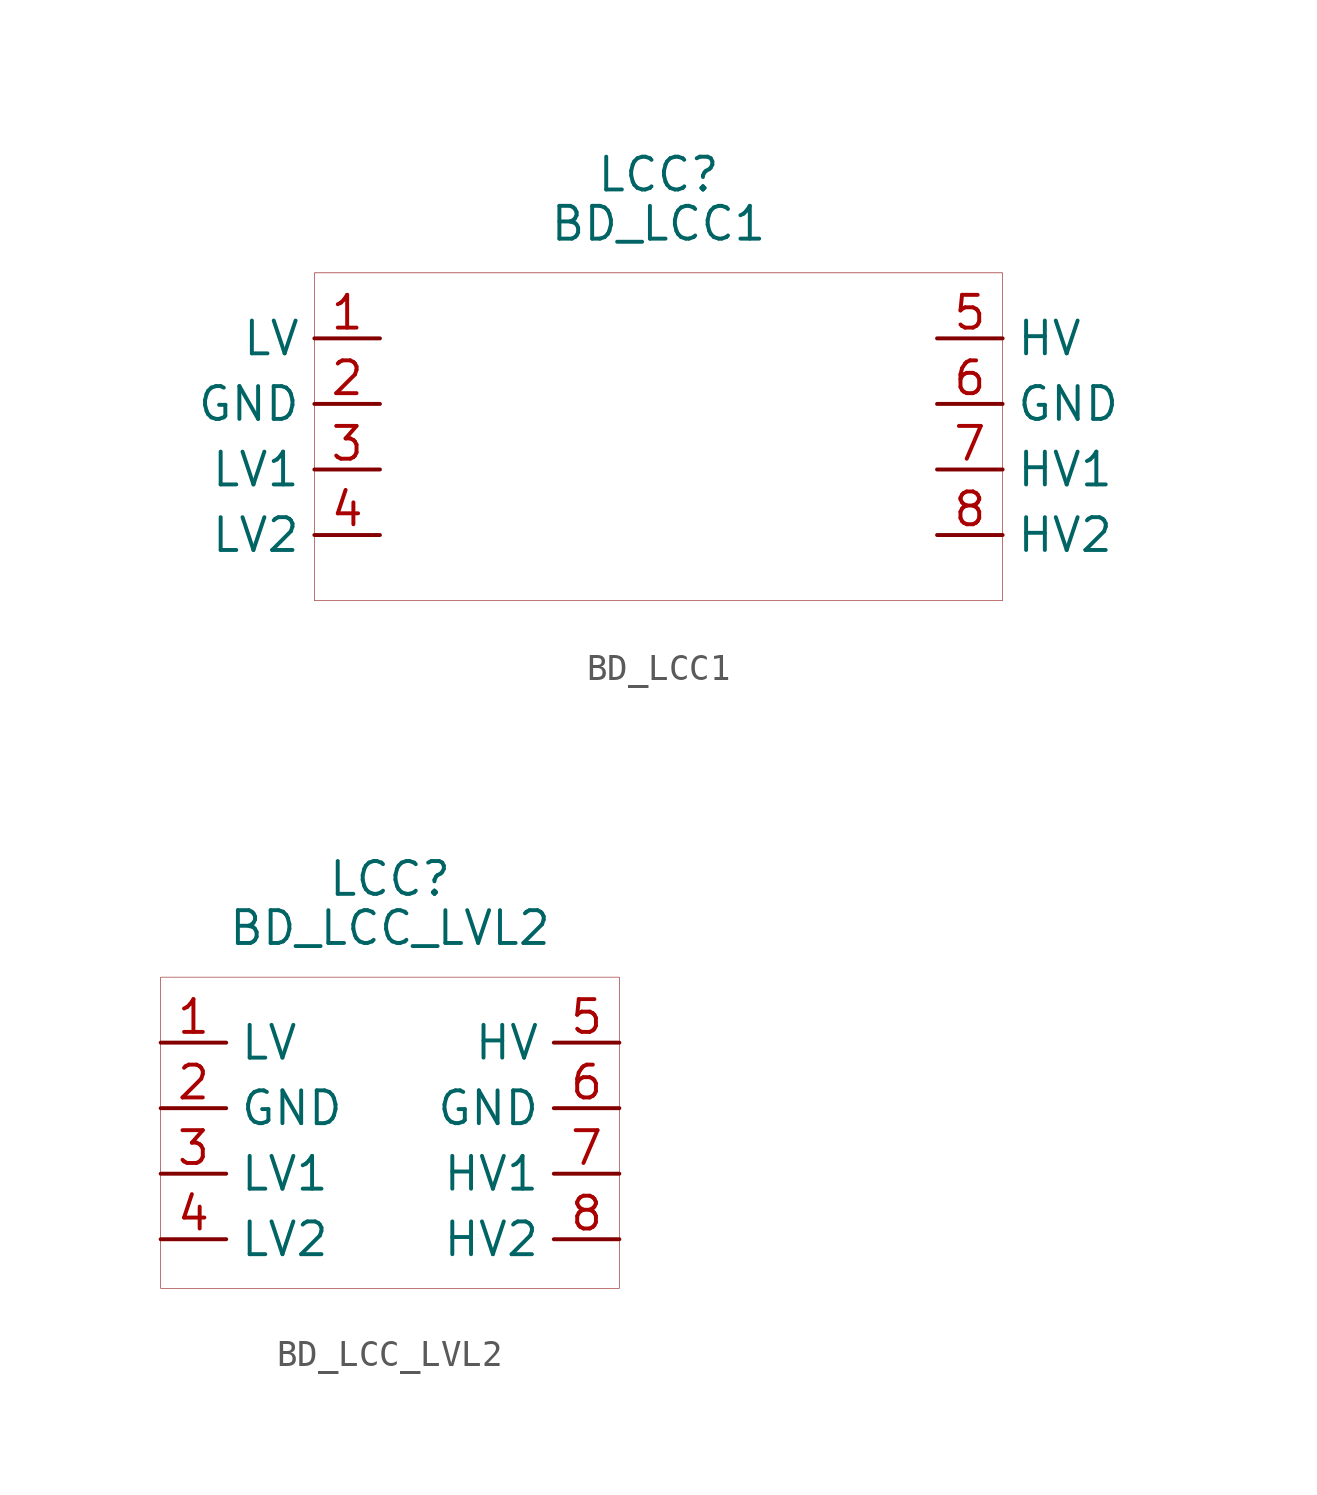
<source format=kicad_sym>
(kicad_symbol_lib
  (version 20201005)
  (generator kicad_symbol_editor)
  (symbol "Logic_LevelConverter:BD_LCC1"
    (property "Reference" "LCC"
      (at 0 10.795 0)
      (effects (font (size 1.27 1.27))))
    (property "Value" "BD_LCC1"
      (at 0 8.89 0)
      (effects (font (size 1.27 1.27))))
    (symbol "BD_LCC1_0_1"
      (rectangle (start -13.335 6.985) (end 13.335 -5.715) (stroke (width 0.001)) (fill (type none))))
    (symbol "BD_LCC1_1_1"
      (pin bidirectional line (at 10.795 -0.635 0) (length 2.54) (name "HV1" (effects (font (size 1.27 1.27)))) (number "7" (effects (font (size 1.27 1.27)))))
      (pin bidirectional line (at 10.795 -3.175 0) (length 2.54) (name "HV2" (effects (font (size 1.27 1.27)))) (number "8" (effects (font (size 1.27 1.27)))))
      (pin bidirectional line (at -10.795 -3.175 180) (length 2.54) (name "LV2" (effects (font (size 1.27 1.27)))) (number "4" (effects (font (size 1.27 1.27)))))
      (pin bidirectional line (at -10.795 -0.635 180) (length 2.54) (name "LV1" (effects (font (size 1.27 1.27)))) (number "3" (effects (font (size 1.27 1.27)))))
      (pin input line (at -10.795 1.905 180) (length 2.54) (name "GND" (effects (font (size 1.27 1.27)))) (number "2" (effects (font (size 1.27 1.27)))))
      (pin input line (at 10.795 1.905 0) (length 2.54) (name "GND" (effects (font (size 1.27 1.27)))) (number "6" (effects (font (size 1.27 1.27)))))
      (pin power_in line (at -10.795 4.445 180) (length 2.54) (name "LV" (effects (font (size 1.27 1.27)))) (number "1" (effects (font (size 1.27 1.27)))))
      (pin power_in line (at 10.795 4.445 0) (length 2.54) (name "HV" (effects (font (size 1.27 1.27)))) (number "5" (effects (font (size 1.27 1.27)))))))
  (symbol "Logic_LevelConverter:BD_LCC_LVL2"
    (property "Reference" "LCC"
      (at 0 10.795 0)
      (effects (font (size 1.27 1.27))))
    (property "Value" "BD_LCC_LVL2"
      (at 0 8.89 0)
      (effects (font (size 1.27 1.27))))
    (symbol "BD_LCC_LVL2_0_1"
      (rectangle (start -8.89 6.985) (end 8.89 -5.08) (stroke (width 0.001)) (fill (type none))))
    (symbol "BD_LCC_LVL2_1_1"
      (pin bidirectional line (at 8.89 -0.635 180) (length 2.54) (name "HV1" (effects (font (size 1.27 1.27)))) (number "7" (effects (font (size 1.27 1.27)))))
      (pin bidirectional line (at 8.89 -3.175 180) (length 2.54) (name "HV2" (effects (font (size 1.27 1.27)))) (number "8" (effects (font (size 1.27 1.27)))))
      (pin bidirectional line (at -8.89 -3.175 0) (length 2.54) (name "LV2" (effects (font (size 1.27 1.27)))) (number "4" (effects (font (size 1.27 1.27)))))
      (pin bidirectional line (at -8.89 -0.635 0) (length 2.54) (name "LV1" (effects (font (size 1.27 1.27)))) (number "3" (effects (font (size 1.27 1.27)))))
      (pin input line (at -8.89 1.905 0) (length 2.54) (name "GND" (effects (font (size 1.27 1.27)))) (number "2" (effects (font (size 1.27 1.27)))))
      (pin input line (at 8.89 1.905 180) (length 2.54) (name "GND" (effects (font (size 1.27 1.27)))) (number "6" (effects (font (size 1.27 1.27)))))
      (pin power_in line (at -8.89 4.445 0) (length 2.54) (name "LV" (effects (font (size 1.27 1.27)))) (number "1" (effects (font (size 1.27 1.27)))))
      (pin power_in line (at 8.89 4.445 180) (length 2.54) (name "HV" (effects (font (size 1.27 1.27)))) (number "5" (effects (font (size 1.27 1.27))))))))
</source>
